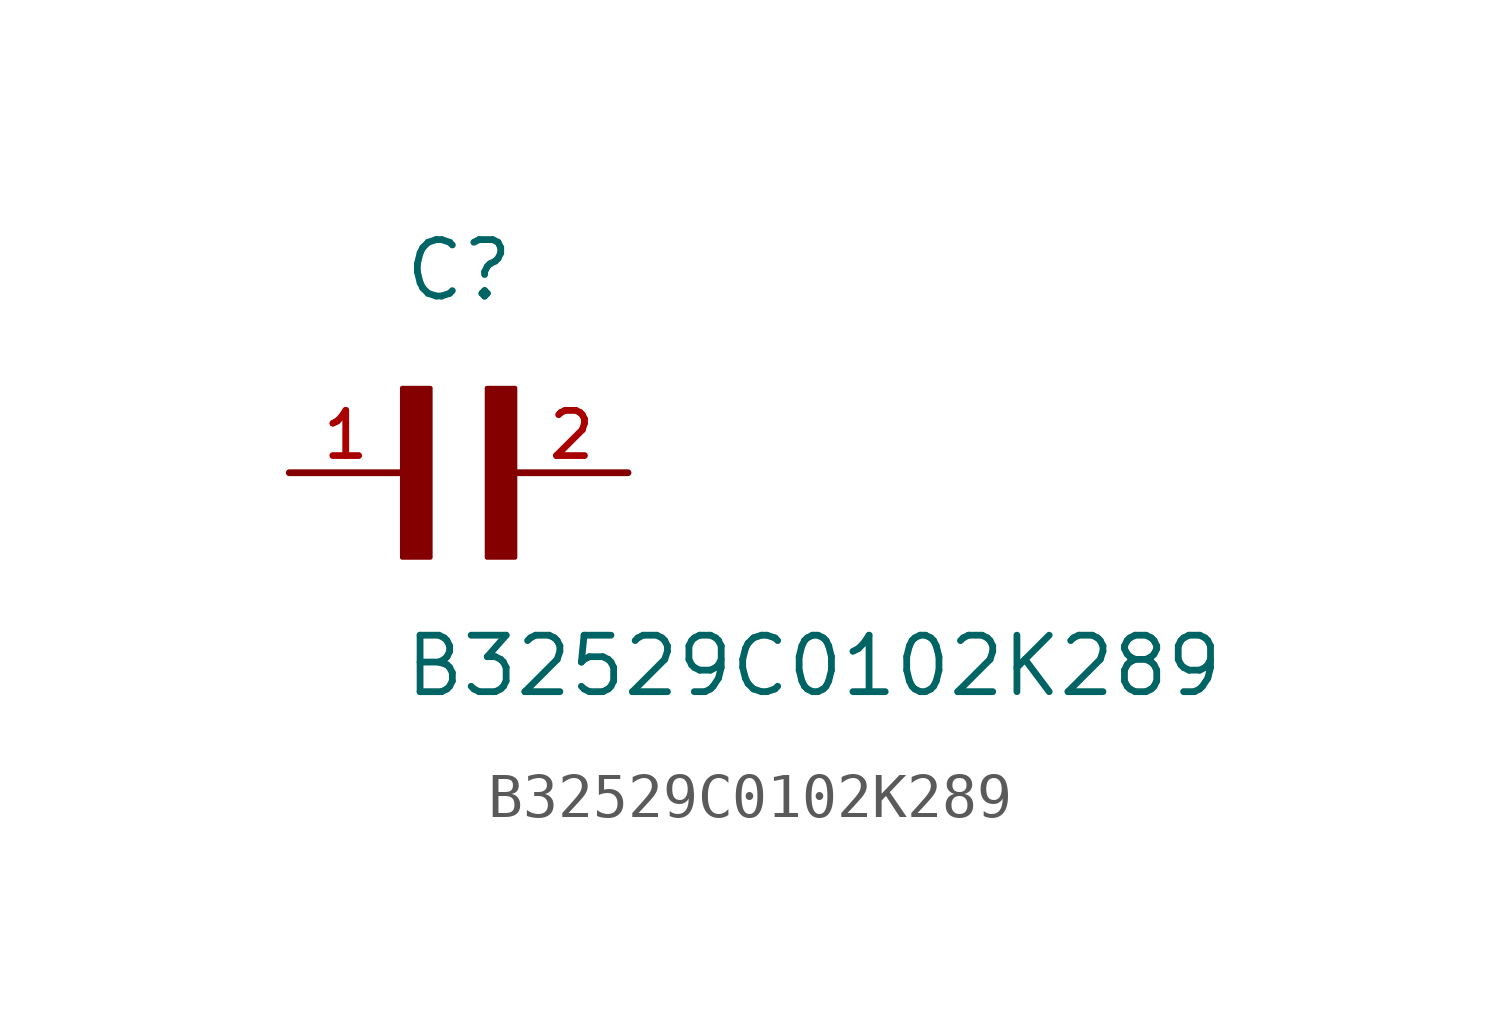
<source format=kicad_sym>
(kicad_symbol_lib
  (version 20211014)
  (generator kicad_symbol_editor)
  (symbol "B32529C0102K289"
    (pin_names
      (offset 1.016))
    (property "Reference" "C"
      (at 0.0 3.811 0)
      (effects (font (size 1.27 1.27)) (justify bottom left)))
    (property "Value" "B32529C0102K289"
      (at 0.0 -5.088 0)
      (effects (font (size 1.27 1.27)) (justify bottom left)))
    (symbol "B32529C0102K289_0_0"
      (rectangle (start 0.0 -1.907) (end 0.635 1.905) (stroke (width 0.1)) (fill (type outline)))
      (rectangle (start 1.907 -1.907) (end 2.54 1.905) (stroke (width 0.1)) (fill (type outline)))
      (pin passive line (at -2.54 0.0 0) (length 2.54) (name "~" (effects (font (size 1.016 1.016)))) (number "1" (effects (font (size 1.016 1.016)))))
      (pin passive line (at 5.08 0.0 180.0) (length 2.54) (name "~" (effects (font (size 1.016 1.016)))) (number "2" (effects (font (size 1.016 1.016))))))))
</source>
